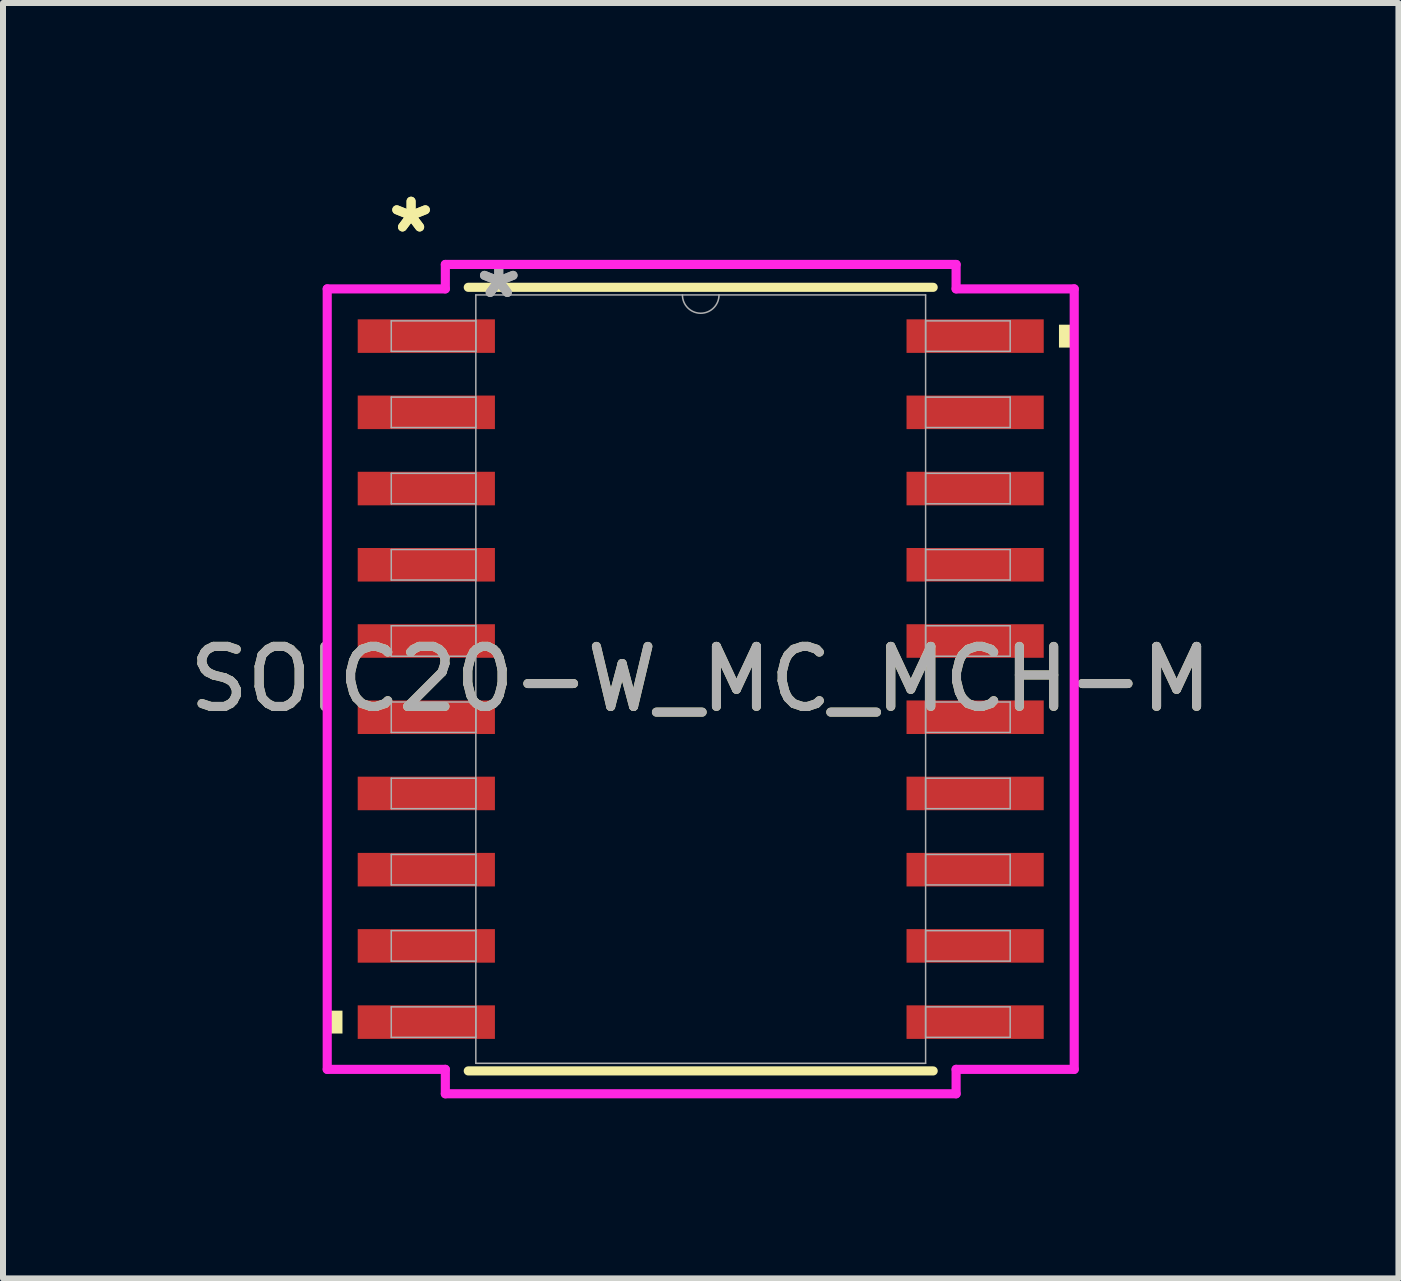
<source format=kicad_pcb>
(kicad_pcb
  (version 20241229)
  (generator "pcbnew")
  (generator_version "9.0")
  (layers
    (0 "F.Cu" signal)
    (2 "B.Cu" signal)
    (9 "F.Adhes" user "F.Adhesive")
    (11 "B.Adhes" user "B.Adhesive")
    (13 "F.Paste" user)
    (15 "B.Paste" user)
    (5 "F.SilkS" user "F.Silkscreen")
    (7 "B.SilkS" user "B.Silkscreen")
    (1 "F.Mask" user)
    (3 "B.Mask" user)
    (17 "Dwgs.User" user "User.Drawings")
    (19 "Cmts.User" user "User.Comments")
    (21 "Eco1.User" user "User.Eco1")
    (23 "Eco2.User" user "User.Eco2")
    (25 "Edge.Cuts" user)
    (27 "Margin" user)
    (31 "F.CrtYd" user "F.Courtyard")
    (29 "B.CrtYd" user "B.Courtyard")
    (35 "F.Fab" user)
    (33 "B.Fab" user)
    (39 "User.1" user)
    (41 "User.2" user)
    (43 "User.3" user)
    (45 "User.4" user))
  (footprint "SOIC20-W_MC_MCH-M"
    (layer "F.Cu")
    (at 8.625 8.265)
    (property "Reference" "SOIC20-W_MC_MCH-M" (at 0 0 0) (unlocked yes) (layer "F.SilkS") (effects (font (size 1 1) (thickness 0.15))))
    (attr smd)
    (fp_line (start -3.873 6.528) (end 3.873 6.528) (stroke (width 0.152) (type solid)) (layer "F.SilkS"))
    (fp_line (start 3.873 -6.528) (end -3.873 -6.528) (stroke (width 0.152) (type solid)) (layer "F.SilkS"))
    (fp_poly (pts (xy -6.223 5.524) (xy -6.223 5.905) (xy -5.969 5.905) (xy -5.969 5.524)) (stroke (width 0) (type solid)) (fill yes) (layer "F.SilkS"))
    (fp_poly (pts (xy 6.223 -5.905) (xy 6.223 -5.524) (xy 5.969 -5.524) (xy 5.969 -5.905)) (stroke (width 0) (type solid)) (fill yes) (layer "F.SilkS"))
    (fp_line (start -6.223 -6.502) (end -4.255 -6.502) (stroke (width 0.152) (type solid)) (layer "F.CrtYd"))
    (fp_line (start -6.223 6.502) (end -6.223 -6.502) (stroke (width 0.152) (type solid)) (layer "F.CrtYd"))
    (fp_line (start -6.223 6.502) (end -4.255 6.502) (stroke (width 0.152) (type solid)) (layer "F.CrtYd"))
    (fp_line (start -4.255 -6.909) (end 4.255 -6.909) (stroke (width 0.152) (type solid)) (layer "F.CrtYd"))
    (fp_line (start -4.255 -6.502) (end -4.255 -6.909) (stroke (width 0.152) (type solid)) (layer "F.CrtYd"))
    (fp_line (start -4.255 6.909) (end -4.255 6.502) (stroke (width 0.152) (type solid)) (layer "F.CrtYd"))
    (fp_line (start 4.255 -6.909) (end 4.255 -6.502) (stroke (width 0.152) (type solid)) (layer "F.CrtYd"))
    (fp_line (start 4.255 6.502) (end 4.255 6.909) (stroke (width 0.152) (type solid)) (layer "F.CrtYd"))
    (fp_line (start 4.255 6.909) (end -4.255 6.909) (stroke (width 0.152) (type solid)) (layer "F.CrtYd"))
    (fp_line (start 6.223 -6.502) (end 4.255 -6.502) (stroke (width 0.152) (type solid)) (layer "F.CrtYd"))
    (fp_line (start 6.223 -6.502) (end 6.223 6.502) (stroke (width 0.152) (type solid)) (layer "F.CrtYd"))
    (fp_line (start 6.223 6.502) (end 4.255 6.502) (stroke (width 0.152) (type solid)) (layer "F.CrtYd"))
    (fp_line (start -5.156 -5.969) (end -5.156 -5.461) (stroke (width 0.025) (type solid)) (layer "F.Fab"))
    (fp_line (start -5.156 -5.461) (end -3.747 -5.461) (stroke (width 0.025) (type solid)) (layer "F.Fab"))
    (fp_line (start -5.156 -4.699) (end -5.156 -4.191) (stroke (width 0.025) (type solid)) (layer "F.Fab"))
    (fp_line (start -5.156 -4.191) (end -3.747 -4.191) (stroke (width 0.025) (type solid)) (layer "F.Fab"))
    (fp_line (start -5.156 -3.429) (end -5.156 -2.921) (stroke (width 0.025) (type solid)) (layer "F.Fab"))
    (fp_line (start -5.156 -2.921) (end -3.747 -2.921) (stroke (width 0.025) (type solid)) (layer "F.Fab"))
    (fp_line (start -5.156 -2.159) (end -5.156 -1.651) (stroke (width 0.025) (type solid)) (layer "F.Fab"))
    (fp_line (start -5.156 -1.651) (end -3.747 -1.651) (stroke (width 0.025) (type solid)) (layer "F.Fab"))
    (fp_line (start -5.156 -0.889) (end -5.156 -0.381) (stroke (width 0.025) (type solid)) (layer "F.Fab"))
    (fp_line (start -5.156 -0.381) (end -3.747 -0.381) (stroke (width 0.025) (type solid)) (layer "F.Fab"))
    (fp_line (start -5.156 0.381) (end -5.156 0.889) (stroke (width 0.025) (type solid)) (layer "F.Fab"))
    (fp_line (start -5.156 0.889) (end -3.747 0.889) (stroke (width 0.025) (type solid)) (layer "F.Fab"))
    (fp_line (start -5.156 1.651) (end -5.156 2.159) (stroke (width 0.025) (type solid)) (layer "F.Fab"))
    (fp_line (start -5.156 2.159) (end -3.747 2.159) (stroke (width 0.025) (type solid)) (layer "F.Fab"))
    (fp_line (start -5.156 2.921) (end -5.156 3.429) (stroke (width 0.025) (type solid)) (layer "F.Fab"))
    (fp_line (start -5.156 3.429) (end -3.747 3.429) (stroke (width 0.025) (type solid)) (layer "F.Fab"))
    (fp_line (start -5.156 4.191) (end -5.156 4.699) (stroke (width 0.025) (type solid)) (layer "F.Fab"))
    (fp_line (start -5.156 4.699) (end -3.747 4.699) (stroke (width 0.025) (type solid)) (layer "F.Fab"))
    (fp_line (start -5.156 5.461) (end -5.156 5.969) (stroke (width 0.025) (type solid)) (layer "F.Fab"))
    (fp_line (start -5.156 5.969) (end -3.747 5.969) (stroke (width 0.025) (type solid)) (layer "F.Fab"))
    (fp_line (start -3.747 -6.401) (end -3.747 6.401) (stroke (width 0.025) (type solid)) (layer "F.Fab"))
    (fp_line (start -3.747 -5.969) (end -5.156 -5.969) (stroke (width 0.025) (type solid)) (layer "F.Fab"))
    (fp_line (start -3.747 -5.461) (end -3.747 -5.969) (stroke (width 0.025) (type solid)) (layer "F.Fab"))
    (fp_line (start -3.747 -4.699) (end -5.156 -4.699) (stroke (width 0.025) (type solid)) (layer "F.Fab"))
    (fp_line (start -3.747 -4.191) (end -3.747 -4.699) (stroke (width 0.025) (type solid)) (layer "F.Fab"))
    (fp_line (start -3.747 -3.429) (end -5.156 -3.429) (stroke (width 0.025) (type solid)) (layer "F.Fab"))
    (fp_line (start -3.747 -2.921) (end -3.747 -3.429) (stroke (width 0.025) (type solid)) (layer "F.Fab"))
    (fp_line (start -3.747 -2.159) (end -5.156 -2.159) (stroke (width 0.025) (type solid)) (layer "F.Fab"))
    (fp_line (start -3.747 -1.651) (end -3.747 -2.159) (stroke (width 0.025) (type solid)) (layer "F.Fab"))
    (fp_line (start -3.747 -0.889) (end -5.156 -0.889) (stroke (width 0.025) (type solid)) (layer "F.Fab"))
    (fp_line (start -3.747 -0.381) (end -3.747 -0.889) (stroke (width 0.025) (type solid)) (layer "F.Fab"))
    (fp_line (start -3.747 0.381) (end -5.156 0.381) (stroke (width 0.025) (type solid)) (layer "F.Fab"))
    (fp_line (start -3.747 0.889) (end -3.747 0.381) (stroke (width 0.025) (type solid)) (layer "F.Fab"))
    (fp_line (start -3.747 1.651) (end -5.156 1.651) (stroke (width 0.025) (type solid)) (layer "F.Fab"))
    (fp_line (start -3.747 2.159) (end -3.747 1.651) (stroke (width 0.025) (type solid)) (layer "F.Fab"))
    (fp_line (start -3.747 2.921) (end -5.156 2.921) (stroke (width 0.025) (type solid)) (layer "F.Fab"))
    (fp_line (start -3.747 3.429) (end -3.747 2.921) (stroke (width 0.025) (type solid)) (layer "F.Fab"))
    (fp_line (start -3.747 4.191) (end -5.156 4.191) (stroke (width 0.025) (type solid)) (layer "F.Fab"))
    (fp_line (start -3.747 4.699) (end -3.747 4.191) (stroke (width 0.025) (type solid)) (layer "F.Fab"))
    (fp_line (start -3.747 5.461) (end -5.156 5.461) (stroke (width 0.025) (type solid)) (layer "F.Fab"))
    (fp_line (start -3.747 5.969) (end -3.747 5.461) (stroke (width 0.025) (type solid)) (layer "F.Fab"))
    (fp_line (start -3.747 6.401) (end 3.747 6.401) (stroke (width 0.025) (type solid)) (layer "F.Fab"))
    (fp_line (start 3.747 -6.401) (end -3.747 -6.401) (stroke (width 0.025) (type solid)) (layer "F.Fab"))
    (fp_line (start 3.747 -5.969) (end 3.747 -5.461) (stroke (width 0.025) (type solid)) (layer "F.Fab"))
    (fp_line (start 3.747 -5.461) (end 5.156 -5.461) (stroke (width 0.025) (type solid)) (layer "F.Fab"))
    (fp_line (start 3.747 -4.699) (end 3.747 -4.191) (stroke (width 0.025) (type solid)) (layer "F.Fab"))
    (fp_line (start 3.747 -4.191) (end 5.156 -4.191) (stroke (width 0.025) (type solid)) (layer "F.Fab"))
    (fp_line (start 3.747 -3.429) (end 3.747 -2.921) (stroke (width 0.025) (type solid)) (layer "F.Fab"))
    (fp_line (start 3.747 -2.921) (end 5.156 -2.921) (stroke (width 0.025) (type solid)) (layer "F.Fab"))
    (fp_line (start 3.747 -2.159) (end 3.747 -1.651) (stroke (width 0.025) (type solid)) (layer "F.Fab"))
    (fp_line (start 3.747 -1.651) (end 5.156 -1.651) (stroke (width 0.025) (type solid)) (layer "F.Fab"))
    (fp_line (start 3.747 -0.889) (end 3.747 -0.381) (stroke (width 0.025) (type solid)) (layer "F.Fab"))
    (fp_line (start 3.747 -0.381) (end 5.156 -0.381) (stroke (width 0.025) (type solid)) (layer "F.Fab"))
    (fp_line (start 3.747 0.381) (end 3.747 0.889) (stroke (width 0.025) (type solid)) (layer "F.Fab"))
    (fp_line (start 3.747 0.889) (end 5.156 0.889) (stroke (width 0.025) (type solid)) (layer "F.Fab"))
    (fp_line (start 3.747 1.651) (end 3.747 2.159) (stroke (width 0.025) (type solid)) (layer "F.Fab"))
    (fp_line (start 3.747 2.159) (end 5.156 2.159) (stroke (width 0.025) (type solid)) (layer "F.Fab"))
    (fp_line (start 3.747 2.921) (end 3.747 3.429) (stroke (width 0.025) (type solid)) (layer "F.Fab"))
    (fp_line (start 3.747 3.429) (end 5.156 3.429) (stroke (width 0.025) (type solid)) (layer "F.Fab"))
    (fp_line (start 3.747 4.191) (end 3.747 4.699) (stroke (width 0.025) (type solid)) (layer "F.Fab"))
    (fp_line (start 3.747 4.699) (end 5.156 4.699) (stroke (width 0.025) (type solid)) (layer "F.Fab"))
    (fp_line (start 3.747 5.461) (end 3.747 5.969) (stroke (width 0.025) (type solid)) (layer "F.Fab"))
    (fp_line (start 3.747 5.969) (end 5.156 5.969) (stroke (width 0.025) (type solid)) (layer "F.Fab"))
    (fp_line (start 3.747 6.401) (end 3.747 -6.401) (stroke (width 0.025) (type solid)) (layer "F.Fab"))
    (fp_line (start 5.156 -5.969) (end 3.747 -5.969) (stroke (width 0.025) (type solid)) (layer "F.Fab"))
    (fp_line (start 5.156 -5.461) (end 5.156 -5.969) (stroke (width 0.025) (type solid)) (layer "F.Fab"))
    (fp_line (start 5.156 -4.699) (end 3.747 -4.699) (stroke (width 0.025) (type solid)) (layer "F.Fab"))
    (fp_line (start 5.156 -4.191) (end 5.156 -4.699) (stroke (width 0.025) (type solid)) (layer "F.Fab"))
    (fp_line (start 5.156 -3.429) (end 3.747 -3.429) (stroke (width 0.025) (type solid)) (layer "F.Fab"))
    (fp_line (start 5.156 -2.921) (end 5.156 -3.429) (stroke (width 0.025) (type solid)) (layer "F.Fab"))
    (fp_line (start 5.156 -2.159) (end 3.747 -2.159) (stroke (width 0.025) (type solid)) (layer "F.Fab"))
    (fp_line (start 5.156 -1.651) (end 5.156 -2.159) (stroke (width 0.025) (type solid)) (layer "F.Fab"))
    (fp_line (start 5.156 -0.889) (end 3.747 -0.889) (stroke (width 0.025) (type solid)) (layer "F.Fab"))
    (fp_line (start 5.156 -0.381) (end 5.156 -0.889) (stroke (width 0.025) (type solid)) (layer "F.Fab"))
    (fp_line (start 5.156 0.381) (end 3.747 0.381) (stroke (width 0.025) (type solid)) (layer "F.Fab"))
    (fp_line (start 5.156 0.889) (end 5.156 0.381) (stroke (width 0.025) (type solid)) (layer "F.Fab"))
    (fp_line (start 5.156 1.651) (end 3.747 1.651) (stroke (width 0.025) (type solid)) (layer "F.Fab"))
    (fp_line (start 5.156 2.159) (end 5.156 1.651) (stroke (width 0.025) (type solid)) (layer "F.Fab"))
    (fp_line (start 5.156 2.921) (end 3.747 2.921) (stroke (width 0.025) (type solid)) (layer "F.Fab"))
    (fp_line (start 5.156 3.429) (end 5.156 2.921) (stroke (width 0.025) (type solid)) (layer "F.Fab"))
    (fp_line (start 5.156 4.191) (end 3.747 4.191) (stroke (width 0.025) (type solid)) (layer "F.Fab"))
    (fp_line (start 5.156 4.699) (end 5.156 4.191) (stroke (width 0.025) (type solid)) (layer "F.Fab"))
    (fp_line (start 5.156 5.461) (end 3.747 5.461) (stroke (width 0.025) (type solid)) (layer "F.Fab"))
    (fp_line (start 5.156 5.969) (end 5.156 5.461) (stroke (width 0.025) (type solid)) (layer "F.Fab"))
    (fp_arc (start 0.3048 -6.4008) (mid 0 -6.096) (end -0.3048 -6.4008) (stroke (width 0.0254) (type solid)) (layer "F.Fab"))
    (fp_text user "*" (at -4.826 -7.417 0) (layer "F.SilkS") (effects (font (size 1 1) (thickness 0.15))))
    (fp_text user "*" (at -4.826 -7.417 0) (unlocked yes) (layer "F.SilkS") (effects (font (size 1 1) (thickness 0.15))))
    (fp_text user "${REFERENCE}" (at 0 0 0) (unlocked yes) (layer "F.Fab") (effects (font (size 1 1) (thickness 0.15))))
    (fp_text user "*" (at -3.365 -6.325 0) (layer "F.Fab") (effects (font (size 1 1) (thickness 0.15))))
    (fp_text user "*" (at -3.365 -6.325 0) (unlocked yes) (layer "F.Fab") (effects (font (size 1 1) (thickness 0.15))))
    (pad "1" smd rect (at -4.572 -5.715) (size 2.286 0.559) (layers "F.Cu" "F.Mask" "F.Paste"))
    (pad "2" smd rect (at -4.572 -4.445) (size 2.286 0.559) (layers "F.Cu" "F.Mask" "F.Paste"))
    (pad "3" smd rect (at -4.572 -3.175) (size 2.286 0.559) (layers "F.Cu" "F.Mask" "F.Paste"))
    (pad "4" smd rect (at -4.572 -1.905) (size 2.286 0.559) (layers "F.Cu" "F.Mask" "F.Paste"))
    (pad "5" smd rect (at -4.572 -0.635) (size 2.286 0.559) (layers "F.Cu" "F.Mask" "F.Paste"))
    (pad "6" smd rect (at -4.572 0.635) (size 2.286 0.559) (layers "F.Cu" "F.Mask" "F.Paste"))
    (pad "7" smd rect (at -4.572 1.905) (size 2.286 0.559) (layers "F.Cu" "F.Mask" "F.Paste"))
    (pad "8" smd rect (at -4.572 3.175) (size 2.286 0.559) (layers "F.Cu" "F.Mask" "F.Paste"))
    (pad "9" smd rect (at -4.572 4.445) (size 2.286 0.559) (layers "F.Cu" "F.Mask" "F.Paste"))
    (pad "10" smd rect (at -4.572 5.715) (size 2.286 0.559) (layers "F.Cu" "F.Mask" "F.Paste"))
    (pad "11" smd rect (at 4.572 5.715) (size 2.286 0.559) (layers "F.Cu" "F.Mask" "F.Paste"))
    (pad "12" smd rect (at 4.572 4.445) (size 2.286 0.559) (layers "F.Cu" "F.Mask" "F.Paste"))
    (pad "13" smd rect (at 4.572 3.175) (size 2.286 0.559) (layers "F.Cu" "F.Mask" "F.Paste"))
    (pad "14" smd rect (at 4.572 1.905) (size 2.286 0.559) (layers "F.Cu" "F.Mask" "F.Paste"))
    (pad "15" smd rect (at 4.572 0.635) (size 2.286 0.559) (layers "F.Cu" "F.Mask" "F.Paste"))
    (pad "16" smd rect (at 4.572 -0.635) (size 2.286 0.559) (layers "F.Cu" "F.Mask" "F.Paste"))
    (pad "17" smd rect (at 4.572 -1.905) (size 2.286 0.559) (layers "F.Cu" "F.Mask" "F.Paste"))
    (pad "18" smd rect (at 4.572 -3.175) (size 2.286 0.559) (layers "F.Cu" "F.Mask" "F.Paste"))
    (pad "19" smd rect (at 4.572 -4.445) (size 2.286 0.559) (layers "F.Cu" "F.Mask" "F.Paste"))
    (pad "20" smd rect (at 4.572 -5.715) (size 2.286 0.559) (layers "F.Cu" "F.Mask" "F.Paste")))
  (gr_rect
    (start -3 -3)
    (end 20.25 18.25)
    (stroke (width 0.1) (type default))
    (fill no)
    (layer "Edge.Cuts")))
</source>
